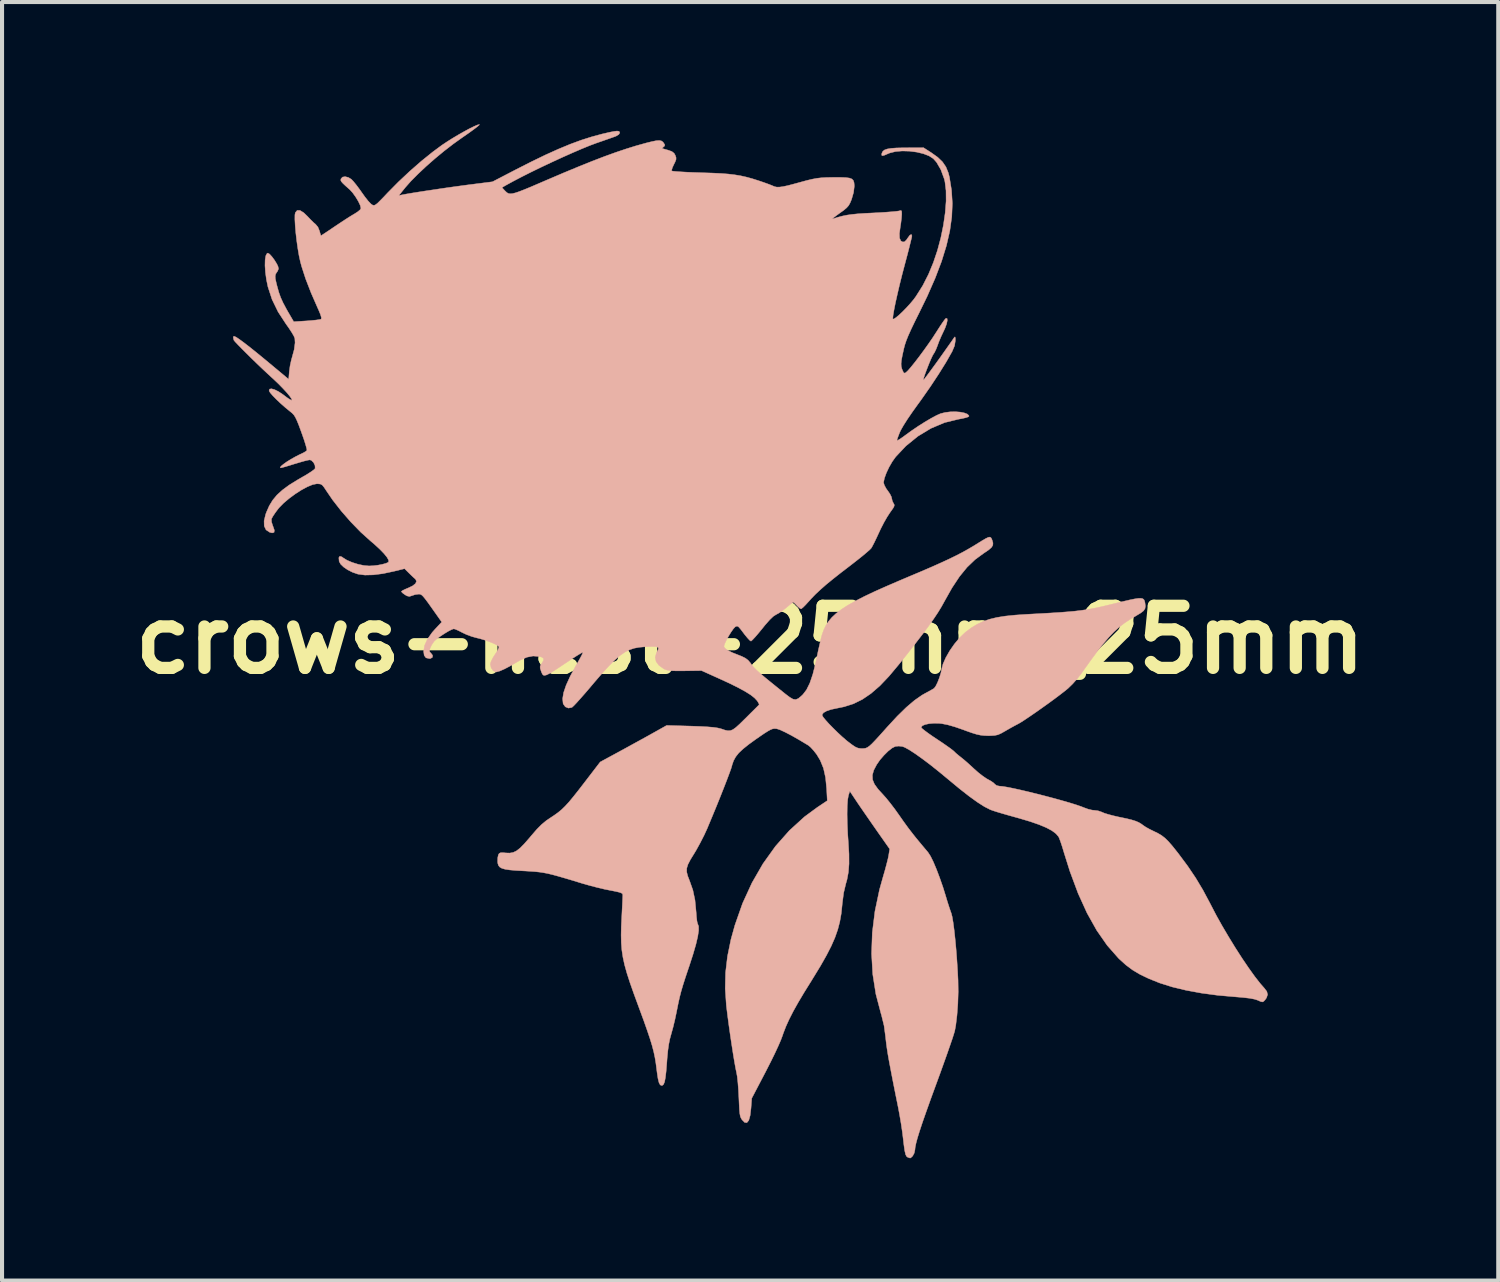
<source format=kicad_pcb>
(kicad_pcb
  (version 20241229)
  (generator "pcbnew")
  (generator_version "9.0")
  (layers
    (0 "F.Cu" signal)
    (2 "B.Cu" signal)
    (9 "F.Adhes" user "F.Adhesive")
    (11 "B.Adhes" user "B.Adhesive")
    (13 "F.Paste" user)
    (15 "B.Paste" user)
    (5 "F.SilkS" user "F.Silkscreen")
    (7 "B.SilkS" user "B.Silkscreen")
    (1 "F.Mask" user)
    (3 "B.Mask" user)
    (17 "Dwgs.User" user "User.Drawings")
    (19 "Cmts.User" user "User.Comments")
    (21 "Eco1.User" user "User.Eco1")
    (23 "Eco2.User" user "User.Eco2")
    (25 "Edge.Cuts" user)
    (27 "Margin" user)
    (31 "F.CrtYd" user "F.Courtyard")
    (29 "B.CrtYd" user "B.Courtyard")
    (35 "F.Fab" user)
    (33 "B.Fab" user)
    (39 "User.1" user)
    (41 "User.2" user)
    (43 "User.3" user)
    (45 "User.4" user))
  (footprint "crows-nest-25mm_25mm"
    (layer "F.Cu")
    (at 15.356 12.648)
    (property "Reference" "crows-nest-25mm_25mm" (at 0 0 0) (layer "F.SilkS") (effects (font (size 1.524 1.524) (thickness 0.3))))
    (attr through_hole)
    (fp_poly (pts (xy -6.641 -12.642) (xy -6.654 -12.625) (xy -6.705 -12.582) (xy -6.788 -12.519) (xy -6.898 -12.439) (xy -7.028 -12.349) (xy -7.071 -12.319) (xy -7.285 -12.166) (xy -7.509 -11.993) (xy -7.734 -11.807) (xy -7.95 -11.617) (xy -8.149 -11.43) (xy -8.323 -11.255) (xy -8.461 -11.099) (xy -8.473 -11.084) (xy -8.62 -10.901) (xy -8.533 -10.919) (xy -8.444 -10.936) (xy -8.315 -10.958) (xy -8.152 -10.984) (xy -7.966 -11.013) (xy -7.762 -11.043) (xy -7.551 -11.075) (xy -7.341 -11.105) (xy -7.139 -11.133) (xy -6.953 -11.158) (xy -6.876 -11.168) (xy -6.323 -11.238) (xy -5.747 -11.537) (xy -5.365 -11.731) (xy -5.02 -11.898) (xy -4.707 -12.039) (xy -4.418 -12.159) (xy -4.147 -12.259) (xy -3.888 -12.341) (xy -3.634 -12.41) (xy -3.599 -12.418) (xy -3.449 -12.453) (xy -3.341 -12.474) (xy -3.268 -12.483) (xy -3.225 -12.478) (xy -3.205 -12.462) (xy -3.2 -12.437) (xy -3.224 -12.398) (xy -3.291 -12.358) (xy -3.33 -12.343) (xy -3.406 -12.316) (xy -3.514 -12.278) (xy -3.642 -12.233) (xy -3.77 -12.189) (xy -3.934 -12.128) (xy -4.134 -12.046) (xy -4.362 -11.948) (xy -4.609 -11.838) (xy -4.867 -11.719) (xy -5.126 -11.597) (xy -5.377 -11.475) (xy -5.611 -11.357) (xy -5.819 -11.248) (xy -5.978 -11.161) (xy -6.09 -11.097) (xy -6.031 -11.033) (xy -5.996 -10.997) (xy -5.964 -10.969) (xy -5.93 -10.951) (xy -5.888 -10.944) (xy -5.833 -10.948) (xy -5.76 -10.966) (xy -5.665 -10.998) (xy -5.542 -11.046) (xy -5.386 -11.11) (xy -5.193 -11.193) (xy -4.986 -11.282) (xy -4.576 -11.457) (xy -4.207 -11.61) (xy -3.874 -11.744) (xy -3.572 -11.86) (xy -3.295 -11.96) (xy -3.039 -12.046) (xy -2.798 -12.121) (xy -2.568 -12.185) (xy -2.558 -12.188) (xy -2.412 -12.224) (xy -2.305 -12.246) (xy -2.23 -12.251) (xy -2.178 -12.241) (xy -2.142 -12.216) (xy -2.123 -12.192) (xy -2.094 -12.144) (xy -2.101 -12.115) (xy -2.125 -12.095) (xy -2.156 -12.065) (xy -2.158 -12.055) (xy -2.129 -12.047) (xy -2.066 -12.029) (xy -2.01 -12.013) (xy -1.921 -11.981) (xy -1.866 -11.938) (xy -1.837 -11.888) (xy -1.818 -11.831) (xy -1.819 -11.783) (xy -1.844 -11.719) (xy -1.871 -11.665) (xy -1.909 -11.583) (xy -1.926 -11.523) (xy -1.924 -11.505) (xy -1.895 -11.498) (xy -1.824 -11.491) (xy -1.715 -11.483) (xy -1.576 -11.475) (xy -1.412 -11.468) (xy -1.231 -11.462) (xy -1.182 -11.46) (xy -0.93 -11.452) (xy -0.717 -11.442) (xy -0.536 -11.428) (xy -0.378 -11.409) (xy -0.233 -11.385) (xy -0.091 -11.353) (xy 0.055 -11.313) (xy 0.215 -11.262) (xy 0.248 -11.251) (xy 0.358 -11.213) (xy 0.457 -11.177) (xy 0.531 -11.148) (xy 0.554 -11.138) (xy 0.602 -11.118) (xy 0.656 -11.107) (xy 0.722 -11.108) (xy 0.808 -11.12) (xy 0.922 -11.144) (xy 1.07 -11.183) (xy 1.217 -11.223) (xy 1.385 -11.269) (xy 1.519 -11.301) (xy 1.635 -11.323) (xy 1.747 -11.336) (xy 1.87 -11.343) (xy 2.019 -11.346) (xy 2.046 -11.346) (xy 2.218 -11.346) (xy 2.346 -11.341) (xy 2.436 -11.329) (xy 2.497 -11.306) (xy 2.532 -11.269) (xy 2.549 -11.217) (xy 2.555 -11.147) (xy 2.555 -11.123) (xy 2.537 -10.975) (xy 2.489 -10.809) (xy 2.487 -10.803) (xy 2.452 -10.719) (xy 2.416 -10.655) (xy 2.368 -10.6) (xy 2.297 -10.54) (xy 2.195 -10.467) (xy 2.108 -10.404) (xy 2.047 -10.356) (xy 2.018 -10.329) (xy 2.022 -10.326) (xy 2.142 -10.365) (xy 2.255 -10.395) (xy 2.369 -10.419) (xy 2.494 -10.437) (xy 2.641 -10.452) (xy 2.819 -10.464) (xy 3.009 -10.473) (xy 3.179 -10.482) (xy 3.336 -10.492) (xy 3.47 -10.502) (xy 3.576 -10.512) (xy 3.644 -10.521) (xy 3.665 -10.526) (xy 3.703 -10.535) (xy 3.718 -10.508) (xy 3.72 -10.439) (xy 3.713 -10.345) (xy 3.698 -10.22) (xy 3.684 -10.131) (xy 3.662 -9.968) (xy 3.666 -9.856) (xy 3.696 -9.789) (xy 3.735 -9.764) (xy 3.785 -9.764) (xy 3.832 -9.808) (xy 3.859 -9.847) (xy 3.915 -9.924) (xy 3.953 -9.947) (xy 3.968 -9.916) (xy 3.969 -9.907) (xy 3.961 -9.864) (xy 3.938 -9.77) (xy 3.904 -9.632) (xy 3.861 -9.463) (xy 3.81 -9.271) (xy 3.794 -9.211) (xy 3.726 -8.952) (xy 3.664 -8.703) (xy 3.61 -8.471) (xy 3.564 -8.266) (xy 3.53 -8.094) (xy 3.508 -7.966) (xy 3.5 -7.888) (xy 3.502 -7.873) (xy 3.525 -7.871) (xy 3.577 -7.905) (xy 3.652 -7.967) (xy 3.74 -8.05) (xy 3.834 -8.146) (xy 3.927 -8.248) (xy 4.011 -8.348) (xy 4.068 -8.426) (xy 4.234 -8.689) (xy 4.376 -8.968) (xy 4.495 -9.256) (xy 4.595 -9.552) (xy 4.678 -9.862) (xy 4.742 -10.175) (xy 4.786 -10.479) (xy 4.808 -10.764) (xy 4.806 -11.02) (xy 4.78 -11.234) (xy 4.764 -11.304) (xy 4.679 -11.535) (xy 4.573 -11.717) (xy 4.494 -11.806) (xy 4.39 -11.873) (xy 4.25 -11.927) (xy 4.086 -11.966) (xy 3.909 -11.989) (xy 3.732 -11.994) (xy 3.567 -11.98) (xy 3.427 -11.945) (xy 3.387 -11.929) (xy 3.297 -11.89) (xy 3.246 -11.877) (xy 3.226 -11.891) (xy 3.231 -11.932) (xy 3.233 -11.941) (xy 3.255 -11.985) (xy 3.296 -12.018) (xy 3.361 -12.042) (xy 3.457 -12.058) (xy 3.589 -12.068) (xy 3.763 -12.072) (xy 3.82 -12.072) (xy 4.254 -12.074) (xy 4.44 -11.955) (xy 4.6 -11.841) (xy 4.719 -11.727) (xy 4.804 -11.602) (xy 4.863 -11.456) (xy 4.89 -11.349) (xy 4.941 -11.032) (xy 4.961 -10.709) (xy 4.947 -10.378) (xy 4.899 -10.034) (xy 4.816 -9.672) (xy 4.697 -9.287) (xy 4.541 -8.876) (xy 4.347 -8.434) (xy 4.152 -8.033) (xy 4.037 -7.802) (xy 3.948 -7.616) (xy 3.88 -7.465) (xy 3.831 -7.343) (xy 3.796 -7.239) (xy 3.773 -7.153) (xy 3.735 -6.983) (xy 3.712 -6.861) (xy 3.704 -6.774) (xy 3.707 -6.708) (xy 3.723 -6.649) (xy 3.732 -6.626) (xy 3.763 -6.558) (xy 3.792 -6.542) (xy 3.821 -6.557) (xy 3.871 -6.604) (xy 3.947 -6.692) (xy 4.042 -6.81) (xy 4.149 -6.949) (xy 4.261 -7.101) (xy 4.372 -7.256) (xy 4.475 -7.405) (xy 4.561 -7.538) (xy 4.566 -7.545) (xy 4.645 -7.669) (xy 4.715 -7.774) (xy 4.769 -7.85) (xy 4.801 -7.886) (xy 4.802 -7.887) (xy 4.832 -7.883) (xy 4.837 -7.834) (xy 4.82 -7.752) (xy 4.782 -7.648) (xy 4.747 -7.572) (xy 4.687 -7.445) (xy 4.629 -7.308) (xy 4.601 -7.23) (xy 4.561 -7.128) (xy 4.522 -7.047) (xy 4.502 -7.018) (xy 4.476 -6.973) (xy 4.437 -6.89) (xy 4.391 -6.781) (xy 4.344 -6.662) (xy 4.3 -6.546) (xy 4.267 -6.45) (xy 4.249 -6.387) (xy 4.249 -6.371) (xy 4.267 -6.39) (xy 4.314 -6.45) (xy 4.383 -6.542) (xy 4.469 -6.659) (xy 4.566 -6.792) (xy 4.668 -6.934) (xy 4.77 -7.078) (xy 4.866 -7.214) (xy 4.951 -7.335) (xy 5.003 -7.411) (xy 5.024 -7.434) (xy 5.034 -7.408) (xy 5.035 -7.341) (xy 5.015 -7.213) (xy 4.955 -7.072) (xy 4.808 -6.813) (xy 4.628 -6.524) (xy 4.424 -6.215) (xy 4.201 -5.896) (xy 4.118 -5.782) (xy 3.981 -5.591) (xy 3.861 -5.416) (xy 3.765 -5.265) (xy 3.697 -5.146) (xy 3.673 -5.096) (xy 3.634 -4.997) (xy 3.608 -4.923) (xy 3.603 -4.889) (xy 3.628 -4.897) (xy 3.686 -4.932) (xy 3.765 -4.987) (xy 3.798 -5.012) (xy 3.955 -5.126) (xy 4.121 -5.239) (xy 4.287 -5.344) (xy 4.44 -5.434) (xy 4.572 -5.505) (xy 4.671 -5.549) (xy 4.675 -5.55) (xy 4.786 -5.578) (xy 4.909 -5.593) (xy 5.035 -5.596) (xy 5.153 -5.587) (xy 5.254 -5.567) (xy 5.329 -5.538) (xy 5.367 -5.501) (xy 5.37 -5.485) (xy 5.347 -5.468) (xy 5.285 -5.448) (xy 5.194 -5.427) (xy 5.11 -5.412) (xy 4.77 -5.329) (xy 4.436 -5.188) (xy 4.117 -4.995) (xy 3.821 -4.755) (xy 3.57 -4.488) (xy 3.487 -4.372) (xy 3.408 -4.235) (xy 3.342 -4.095) (xy 3.295 -3.966) (xy 3.274 -3.866) (xy 3.274 -3.857) (xy 3.292 -3.794) (xy 3.337 -3.711) (xy 3.373 -3.661) (xy 3.429 -3.58) (xy 3.465 -3.508) (xy 3.473 -3.475) (xy 3.489 -3.404) (xy 3.514 -3.354) (xy 3.534 -3.319) (xy 3.535 -3.285) (xy 3.513 -3.238) (xy 3.462 -3.165) (xy 3.43 -3.12) (xy 3.362 -3.016) (xy 3.282 -2.876) (xy 3.203 -2.722) (xy 3.163 -2.636) (xy 3.1 -2.5) (xy 3.041 -2.378) (xy 2.993 -2.286) (xy 2.97 -2.247) (xy 2.932 -2.208) (xy 2.859 -2.144) (xy 2.758 -2.059) (xy 2.634 -1.96) (xy 2.497 -1.853) (xy 2.457 -1.822) (xy 2.222 -1.642) (xy 2.026 -1.487) (xy 1.861 -1.352) (xy 1.724 -1.231) (xy 1.606 -1.121) (xy 1.503 -1.015) (xy 1.439 -0.943) (xy 1.362 -0.859) (xy 1.298 -0.795) (xy 1.256 -0.761) (xy 1.248 -0.758) (xy 1.212 -0.778) (xy 1.158 -0.826) (xy 1.146 -0.84) (xy 1.095 -0.893) (xy 1.062 -0.921) (xy 1.058 -0.922) (xy 1.031 -0.906) (xy 0.975 -0.862) (xy 0.9 -0.8) (xy 0.89 -0.79) (xy 0.797 -0.718) (xy 0.706 -0.656) (xy 0.637 -0.619) (xy 0.569 -0.576) (xy 0.479 -0.49) (xy 0.363 -0.358) (xy 0.295 -0.273) (xy 0.203 -0.161) (xy 0.122 -0.067) (xy 0.059 0.000256) (xy 0.023 0.032) (xy 0.019 0.033) (xy -0.013 0.011) (xy -0.068 -0.048) (xy -0.137 -0.132) (xy -0.16 -0.163) (xy -0.232 -0.258) (xy -0.28 -0.313) (xy -0.313 -0.335) (xy -0.343 -0.331) (xy -0.371 -0.314) (xy -0.413 -0.268) (xy -0.469 -0.188) (xy -0.53 -0.089) (xy -0.586 0.013) (xy -0.627 0.101) (xy -0.645 0.158) (xy -0.645 0.161) (xy -0.621 0.205) (xy -0.552 0.257) (xy -0.442 0.313) (xy -0.328 0.358) (xy -0.205 0.407) (xy -0.117 0.451) (xy -0.051 0.501) (xy 0.005 0.566) (xy 0.037 0.612) (xy 0.067 0.651) (xy 0.109 0.697) (xy 0.167 0.754) (xy 0.246 0.824) (xy 0.35 0.913) (xy 0.484 1.023) (xy 0.652 1.159) (xy 0.858 1.324) (xy 0.861 1.327) (xy 0.971 1.41) (xy 1.052 1.457) (xy 1.118 1.467) (xy 1.182 1.441) (xy 1.255 1.38) (xy 1.294 1.343) (xy 1.383 1.227) (xy 1.464 1.063) (xy 1.538 0.845) (xy 1.607 0.57) (xy 1.637 0.428) (xy 1.672 0.259) (xy 1.71 0.094) (xy 1.743 -0.045) (xy 1.764 -0.123) (xy 1.805 -0.239) (xy 1.857 -0.348) (xy 1.922 -0.45) (xy 2.005 -0.549) (xy 2.109 -0.646) (xy 2.236 -0.743) (xy 2.39 -0.843) (xy 2.574 -0.947) (xy 2.791 -1.059) (xy 3.045 -1.18) (xy 3.339 -1.311) (xy 3.675 -1.456) (xy 3.892 -1.548) (xy 4.196 -1.676) (xy 4.458 -1.789) (xy 4.684 -1.89) (xy 4.881 -1.981) (xy 5.055 -2.066) (xy 5.211 -2.147) (xy 5.356 -2.228) (xy 5.497 -2.311) (xy 5.556 -2.348) (xy 5.686 -2.429) (xy 5.778 -2.483) (xy 5.841 -2.513) (xy 5.881 -2.52) (xy 5.907 -2.507) (xy 5.926 -2.475) (xy 5.938 -2.444) (xy 5.958 -2.376) (xy 5.954 -2.32) (xy 5.921 -2.266) (xy 5.854 -2.207) (xy 5.747 -2.134) (xy 5.73 -2.123) (xy 5.519 -1.968) (xy 5.323 -1.78) (xy 5.136 -1.551) (xy 4.952 -1.273) (xy 4.764 -0.939) (xy 4.755 -0.922) (xy 4.688 -0.802) (xy 4.606 -0.668) (xy 4.506 -0.518) (xy 4.385 -0.347) (xy 4.239 -0.149) (xy 4.064 0.078) (xy 3.859 0.341) (xy 3.648 0.606) (xy 3.406 0.895) (xy 3.181 1.131) (xy 2.965 1.318) (xy 2.752 1.463) (xy 2.535 1.57) (xy 2.306 1.643) (xy 2.136 1.678) (xy 1.989 1.709) (xy 1.875 1.747) (xy 1.8 1.79) (xy 1.767 1.835) (xy 1.767 1.855) (xy 1.793 1.9) (xy 1.853 1.973) (xy 1.937 2.066) (xy 2.039 2.17) (xy 2.149 2.278) (xy 2.261 2.382) (xy 2.365 2.472) (xy 2.395 2.496) (xy 2.502 2.577) (xy 2.58 2.629) (xy 2.644 2.657) (xy 2.706 2.667) (xy 2.742 2.668) (xy 2.79 2.667) (xy 2.833 2.66) (xy 2.876 2.642) (xy 2.925 2.608) (xy 2.986 2.553) (xy 3.064 2.472) (xy 3.167 2.36) (xy 3.299 2.213) (xy 3.361 2.143) (xy 3.609 1.875) (xy 3.831 1.658) (xy 4.032 1.487) (xy 4.214 1.36) (xy 4.28 1.322) (xy 4.375 1.271) (xy 4.455 1.226) (xy 4.506 1.196) (xy 4.514 1.19) (xy 4.553 1.139) (xy 4.599 1.046) (xy 4.644 0.93) (xy 4.68 0.814) (xy 4.697 0.728) (xy 4.732 0.593) (xy 4.801 0.437) (xy 4.897 0.269) (xy 5.012 0.104) (xy 5.139 -0.048) (xy 5.27 -0.174) (xy 5.292 -0.193) (xy 5.431 -0.296) (xy 5.569 -0.38) (xy 5.714 -0.449) (xy 5.873 -0.504) (xy 6.053 -0.548) (xy 6.26 -0.581) (xy 6.503 -0.606) (xy 6.787 -0.625) (xy 6.821 -0.627) (xy 7.123 -0.643) (xy 7.382 -0.658) (xy 7.604 -0.672) (xy 7.795 -0.687) (xy 7.963 -0.702) (xy 8.113 -0.72) (xy 8.253 -0.74) (xy 8.387 -0.763) (xy 8.524 -0.79) (xy 8.669 -0.823) (xy 8.828 -0.861) (xy 8.929 -0.886) (xy 9.136 -0.937) (xy 9.301 -0.976) (xy 9.428 -1.002) (xy 9.522 -1.016) (xy 9.588 -1.018) (xy 9.633 -1.008) (xy 9.661 -0.986) (xy 9.678 -0.952) (xy 9.688 -0.908) (xy 9.698 -0.827) (xy 9.688 -0.765) (xy 9.652 -0.711) (xy 9.582 -0.657) (xy 9.472 -0.591) (xy 9.471 -0.59) (xy 9.319 -0.5) (xy 9.181 -0.408) (xy 9.053 -0.309) (xy 8.928 -0.196) (xy 8.801 -0.063) (xy 8.665 0.096) (xy 8.516 0.286) (xy 8.347 0.515) (xy 8.153 0.787) (xy 8.124 0.829) (xy 8.027 0.953) (xy 7.913 1.082) (xy 7.805 1.187) (xy 7.799 1.193) (xy 7.714 1.262) (xy 7.599 1.351) (xy 7.462 1.454) (xy 7.31 1.565) (xy 7.153 1.677) (xy 6.998 1.786) (xy 6.854 1.885) (xy 6.729 1.969) (xy 6.632 2.031) (xy 6.573 2.064) (xy 6.497 2.104) (xy 6.395 2.16) (xy 6.286 2.222) (xy 6.263 2.236) (xy 6.16 2.294) (xy 6.079 2.33) (xy 5.999 2.347) (xy 5.9 2.353) (xy 5.842 2.354) (xy 5.744 2.35) (xy 5.653 2.34) (xy 5.556 2.319) (xy 5.442 2.284) (xy 5.297 2.233) (xy 5.234 2.209) (xy 5.023 2.136) (xy 4.848 2.086) (xy 4.7 2.057) (xy 4.632 2.05) (xy 4.506 2.048) (xy 4.391 2.058) (xy 4.295 2.079) (xy 4.228 2.107) (xy 4.198 2.142) (xy 4.198 2.154) (xy 4.222 2.18) (xy 4.283 2.229) (xy 4.373 2.296) (xy 4.486 2.375) (xy 4.581 2.438) (xy 4.709 2.523) (xy 4.824 2.603) (xy 4.917 2.669) (xy 4.98 2.718) (xy 5.002 2.737) (xy 5.049 2.783) (xy 5.121 2.843) (xy 5.17 2.882) (xy 5.247 2.944) (xy 5.346 3.03) (xy 5.451 3.126) (xy 5.493 3.165) (xy 5.598 3.258) (xy 5.707 3.343) (xy 5.802 3.408) (xy 5.833 3.425) (xy 5.914 3.47) (xy 5.977 3.515) (xy 6.004 3.543) (xy 6.047 3.575) (xy 6.114 3.591) (xy 6.124 3.591) (xy 6.199 3.598) (xy 6.315 3.617) (xy 6.464 3.647) (xy 6.64 3.686) (xy 6.835 3.732) (xy 7.042 3.783) (xy 7.253 3.837) (xy 7.461 3.892) (xy 7.658 3.947) (xy 7.838 3.999) (xy 7.993 4.047) (xy 8.116 4.089) (xy 8.192 4.119) (xy 8.291 4.155) (xy 8.391 4.179) (xy 8.443 4.184) (xy 8.537 4.196) (xy 8.628 4.227) (xy 8.642 4.234) (xy 8.701 4.258) (xy 8.797 4.287) (xy 8.916 4.318) (xy 9.046 4.348) (xy 9.061 4.351) (xy 9.23 4.386) (xy 9.36 4.418) (xy 9.459 4.449) (xy 9.536 4.482) (xy 9.601 4.521) (xy 9.641 4.551) (xy 9.704 4.594) (xy 9.795 4.645) (xy 9.895 4.694) (xy 9.897 4.695) (xy 10.004 4.747) (xy 10.095 4.801) (xy 10.179 4.866) (xy 10.265 4.951) (xy 10.364 5.065) (xy 10.485 5.217) (xy 10.513 5.253) (xy 10.737 5.554) (xy 10.931 5.842) (xy 11.109 6.139) (xy 11.284 6.467) (xy 11.304 6.506) (xy 11.434 6.756) (xy 11.582 7.021) (xy 11.742 7.292) (xy 11.907 7.561) (xy 12.073 7.819) (xy 12.234 8.056) (xy 12.383 8.264) (xy 12.516 8.434) (xy 12.611 8.542) (xy 12.677 8.628) (xy 12.696 8.706) (xy 12.669 8.786) (xy 12.64 8.827) (xy 12.602 8.87) (xy 12.569 8.886) (xy 12.523 8.875) (xy 12.46 8.846) (xy 12.379 8.819) (xy 12.259 8.796) (xy 12.096 8.777) (xy 11.894 8.76) (xy 11.473 8.723) (xy 11.072 8.669) (xy 10.697 8.6) (xy 10.356 8.518) (xy 10.055 8.423) (xy 10.033 8.415) (xy 9.782 8.314) (xy 9.569 8.212) (xy 9.385 8.103) (xy 9.219 7.979) (xy 9.059 7.834) (xy 9.039 7.815) (xy 8.761 7.499) (xy 8.504 7.13) (xy 8.266 6.705) (xy 8.047 6.223) (xy 7.846 5.683) (xy 7.701 5.222) (xy 7.658 5.079) (xy 7.617 4.955) (xy 7.583 4.865) (xy 7.567 4.831) (xy 7.502 4.756) (xy 7.403 4.682) (xy 7.266 4.609) (xy 7.089 4.535) (xy 6.87 4.459) (xy 6.604 4.38) (xy 6.493 4.349) (xy 6.335 4.305) (xy 6.186 4.262) (xy 6.055 4.223) (xy 5.953 4.19) (xy 5.888 4.166) (xy 5.886 4.165) (xy 5.746 4.093) (xy 5.575 3.984) (xy 5.37 3.836) (xy 5.13 3.648) (xy 4.855 3.42) (xy 4.63 3.234) (xy 4.418 3.065) (xy 4.224 2.919) (xy 4.053 2.797) (xy 3.91 2.704) (xy 3.799 2.642) (xy 3.737 2.618) (xy 3.648 2.608) (xy 3.562 2.616) (xy 3.561 2.617) (xy 3.484 2.655) (xy 3.387 2.731) (xy 3.284 2.833) (xy 3.185 2.947) (xy 3.105 3.062) (xy 3.033 3.199) (xy 2.999 3.319) (xy 3.004 3.431) (xy 3.05 3.543) (xy 3.139 3.666) (xy 3.24 3.776) (xy 3.329 3.875) (xy 3.437 4.008) (xy 3.55 4.156) (xy 3.649 4.295) (xy 3.756 4.448) (xy 3.874 4.611) (xy 3.99 4.762) (xy 4.077 4.871) (xy 4.17 4.983) (xy 4.26 5.091) (xy 4.334 5.179) (xy 4.368 5.22) (xy 4.426 5.31) (xy 4.496 5.452) (xy 4.573 5.635) (xy 4.653 5.847) (xy 4.733 6.077) (xy 4.796 6.281) (xy 4.84 6.428) (xy 4.885 6.567) (xy 4.922 6.676) (xy 4.935 6.71) (xy 4.957 6.796) (xy 4.981 6.937) (xy 5.006 7.125) (xy 5.03 7.348) (xy 5.053 7.596) (xy 5.073 7.861) (xy 5.09 8.131) (xy 5.101 8.351) (xy 5.105 8.637) (xy 5.096 8.93) (xy 5.075 9.211) (xy 5.045 9.461) (xy 5.02 9.596) (xy 5 9.664) (xy 4.962 9.784) (xy 4.906 9.947) (xy 4.837 10.146) (xy 4.756 10.373) (xy 4.667 10.621) (xy 4.572 10.881) (xy 4.563 10.905) (xy 4.43 11.269) (xy 4.319 11.58) (xy 4.228 11.84) (xy 4.157 12.054) (xy 4.104 12.226) (xy 4.069 12.358) (xy 4.049 12.456) (xy 4.043 12.517) (xy 4.026 12.595) (xy 3.986 12.669) (xy 3.938 12.713) (xy 3.922 12.716) (xy 3.866 12.697) (xy 3.837 12.675) (xy 3.814 12.629) (xy 3.792 12.534) (xy 3.771 12.384) (xy 3.758 12.272) (xy 3.736 12.09) (xy 3.704 11.874) (xy 3.666 11.653) (xy 3.634 11.481) (xy 3.561 11.121) (xy 3.501 10.818) (xy 3.452 10.564) (xy 3.412 10.353) (xy 3.381 10.178) (xy 3.358 10.032) (xy 3.341 9.908) (xy 3.328 9.798) (xy 3.323 9.747) (xy 3.286 9.47) (xy 3.223 9.213) (xy 3.209 9.167) (xy 3.085 8.695) (xy 3.008 8.206) (xy 2.979 7.702) (xy 2.997 7.186) (xy 3.062 6.66) (xy 3.174 6.128) (xy 3.26 5.821) (xy 3.307 5.659) (xy 3.349 5.502) (xy 3.382 5.371) (xy 3.398 5.292) (xy 3.424 5.133) (xy 3.119 4.699) (xy 3.004 4.534) (xy 2.884 4.361) (xy 2.77 4.196) (xy 2.673 4.055) (xy 2.629 3.99) (xy 2.445 3.714) (xy 2.411 3.822) (xy 2.393 3.924) (xy 2.382 4.079) (xy 2.379 4.279) (xy 2.383 4.51) (xy 2.394 4.764) (xy 2.408 4.964) (xy 2.425 5.256) (xy 2.426 5.499) (xy 2.41 5.704) (xy 2.376 5.885) (xy 2.347 5.987) (xy 2.294 6.209) (xy 2.259 6.48) (xy 2.257 6.507) (xy 2.235 6.718) (xy 2.2 6.916) (xy 2.15 7.109) (xy 2.081 7.306) (xy 1.99 7.514) (xy 1.873 7.742) (xy 1.728 7.998) (xy 1.551 8.288) (xy 1.502 8.368) (xy 1.322 8.657) (xy 1.174 8.906) (xy 1.053 9.123) (xy 0.956 9.314) (xy 0.878 9.486) (xy 0.816 9.646) (xy 0.793 9.714) (xy 0.754 9.818) (xy 0.691 9.964) (xy 0.608 10.143) (xy 0.51 10.343) (xy 0.402 10.555) (xy 0.378 10.602) (xy 0.039 11.25) (xy 0.021 11.492) (xy -0.00039 11.673) (xy -0.034 11.792) (xy -0.08 11.848) (xy -0.136 11.842) (xy -0.2 11.776) (xy -0.224 11.737) (xy -0.242 11.691) (xy -0.254 11.627) (xy -0.263 11.533) (xy -0.27 11.394) (xy -0.277 11.24) (xy -0.287 11.043) (xy -0.301 10.863) (xy -0.317 10.716) (xy -0.333 10.626) (xy -0.356 10.517) (xy -0.385 10.356) (xy -0.418 10.156) (xy -0.453 9.93) (xy -0.489 9.691) (xy -0.523 9.451) (xy -0.553 9.225) (xy -0.578 9.024) (xy -0.585 8.961) (xy -0.612 8.559) (xy -0.603 8.164) (xy -0.556 7.765) (xy -0.471 7.35) (xy -0.374 7.001) (xy -0.186 6.466) (xy 0.045 5.963) (xy 0.315 5.494) (xy 0.622 5.065) (xy 0.963 4.68) (xy 1.334 4.342) (xy 1.645 4.113) (xy 1.892 3.948) (xy 1.877 3.657) (xy 1.85 3.381) (xy 1.799 3.151) (xy 1.719 2.956) (xy 1.632 2.812) (xy 1.558 2.718) (xy 1.485 2.638) (xy 1.431 2.592) (xy 1.211 2.46) (xy 1.02 2.351) (xy 0.861 2.268) (xy 0.738 2.211) (xy 0.654 2.183) (xy 0.644 2.182) (xy 0.599 2.179) (xy 0.556 2.184) (xy 0.505 2.203) (xy 0.439 2.239) (xy 0.35 2.295) (xy 0.23 2.377) (xy 0.139 2.44) (xy -0.039 2.569) (xy -0.176 2.679) (xy -0.28 2.777) (xy -0.354 2.871) (xy -0.406 2.965) (xy -0.442 3.067) (xy -0.448 3.093) (xy -0.47 3.165) (xy -0.514 3.286) (xy -0.575 3.448) (xy -0.651 3.644) (xy -0.739 3.866) (xy -0.836 4.106) (xy -0.939 4.355) (xy -1.044 4.606) (xy -1.046 4.613) (xy -1.127 4.79) (xy -1.225 4.982) (xy -1.324 5.162) (xy -1.377 5.25) (xy -1.468 5.398) (xy -1.527 5.513) (xy -1.556 5.607) (xy -1.557 5.696) (xy -1.533 5.793) (xy -1.488 5.909) (xy -1.406 6.14) (xy -1.354 6.385) (xy -1.327 6.666) (xy -1.326 6.674) (xy -1.317 6.801) (xy -1.305 6.902) (xy -1.292 6.96) (xy -1.289 6.965) (xy -1.265 7.03) (xy -1.264 7.134) (xy -1.286 7.281) (xy -1.331 7.473) (xy -1.401 7.715) (xy -1.496 8.009) (xy -1.512 8.055) (xy -1.588 8.282) (xy -1.647 8.466) (xy -1.693 8.623) (xy -1.731 8.77) (xy -1.765 8.923) (xy -1.8 9.099) (xy -1.81 9.148) (xy -1.846 9.319) (xy -1.891 9.506) (xy -1.936 9.669) (xy -1.971 9.796) (xy -1.997 9.925) (xy -2.018 10.072) (xy -2.036 10.257) (xy -2.045 10.38) (xy -2.062 10.591) (xy -2.08 10.745) (xy -2.1 10.849) (xy -2.125 10.909) (xy -2.155 10.935) (xy -2.17 10.937) (xy -2.207 10.922) (xy -2.236 10.868) (xy -2.261 10.769) (xy -2.284 10.616) (xy -2.294 10.536) (xy -2.313 10.39) (xy -2.336 10.25) (xy -2.366 10.109) (xy -2.406 9.956) (xy -2.459 9.783) (xy -2.527 9.581) (xy -2.612 9.34) (xy -2.718 9.052) (xy -2.737 9) (xy -2.854 8.682) (xy -2.949 8.412) (xy -3.024 8.18) (xy -3.081 7.976) (xy -3.121 7.791) (xy -3.148 7.614) (xy -3.162 7.435) (xy -3.166 7.245) (xy -3.162 7.034) (xy -3.152 6.83) (xy -3.143 6.649) (xy -3.135 6.488) (xy -3.129 6.361) (xy -3.126 6.28) (xy -3.125 6.259) (xy -3.133 6.234) (xy -3.16 6.213) (xy -3.215 6.194) (xy -3.305 6.173) (xy -3.429 6.149) (xy -3.569 6.121) (xy -3.738 6.081) (xy -3.916 6.035) (xy -4.084 5.988) (xy -4.118 5.978) (xy -4.355 5.905) (xy -4.551 5.847) (xy -4.714 5.8) (xy -4.85 5.763) (xy -4.966 5.735) (xy -5.071 5.715) (xy -5.171 5.7) (xy -5.273 5.689) (xy -5.386 5.681) (xy -5.515 5.673) (xy -5.556 5.671) (xy -5.751 5.66) (xy -5.901 5.647) (xy -6.013 5.63) (xy -6.092 5.607) (xy -6.145 5.576) (xy -6.176 5.536) (xy -6.192 5.484) (xy -6.196 5.445) (xy -6.194 5.35) (xy -6.178 5.276) (xy -6.158 5.242) (xy -6.125 5.225) (xy -6.066 5.223) (xy -5.993 5.23) (xy -5.899 5.233) (xy -5.815 5.218) (xy -5.733 5.179) (xy -5.644 5.11) (xy -5.541 5.005) (xy -5.414 4.86) (xy -5.37 4.807) (xy -5.235 4.651) (xy -5.118 4.533) (xy -5.005 4.439) (xy -4.911 4.375) (xy -4.804 4.304) (xy -4.711 4.237) (xy -4.625 4.166) (xy -4.54 4.083) (xy -4.447 3.982) (xy -4.341 3.854) (xy -4.213 3.693) (xy -4.078 3.518) (xy -3.679 2.998) (xy -3.247 2.764) (xy -3.073 2.669) (xy -2.88 2.563) (xy -2.685 2.456) (xy -2.509 2.359) (xy -2.432 2.316) (xy -2.048 2.101) (xy -1.452 2.118) (xy -1.226 2.126) (xy -1.044 2.136) (xy -0.901 2.148) (xy -0.793 2.164) (xy -0.715 2.183) (xy -0.707 2.186) (xy -0.618 2.216) (xy -0.547 2.231) (xy -0.485 2.228) (xy -0.422 2.203) (xy -0.35 2.151) (xy -0.258 2.068) (xy -0.139 1.951) (xy -0.109 1.922) (xy -0.001 1.814) (xy 0.094 1.72) (xy 0.166 1.648) (xy 0.211 1.603) (xy 0.221 1.593) (xy 0.213 1.564) (xy 0.18 1.508) (xy 0.172 1.496) (xy 0.109 1.428) (xy 0.013 1.352) (xy -0.121 1.268) (xy -0.295 1.173) (xy -0.511 1.066) (xy -0.715 0.972) (xy -1.193 0.756) (xy -1.607 0.762) (xy -1.77 0.763) (xy -1.891 0.761) (xy -1.98 0.754) (xy -2.046 0.742) (xy -2.097 0.724) (xy -2.12 0.712) (xy -2.238 0.627) (xy -2.308 0.533) (xy -2.328 0.43) (xy -2.299 0.32) (xy -2.28 0.284) (xy -2.255 0.235) (xy -2.251 0.2) (xy -2.274 0.178) (xy -2.329 0.167) (xy -2.422 0.166) (xy -2.557 0.171) (xy -2.586 0.172) (xy -2.722 0.184) (xy -2.846 0.207) (xy -2.962 0.246) (xy -3.077 0.305) (xy -3.196 0.388) (xy -3.324 0.499) (xy -3.468 0.643) (xy -3.632 0.823) (xy -3.823 1.044) (xy -3.929 1.17) (xy -4.049 1.31) (xy -4.159 1.435) (xy -4.253 1.54) (xy -4.325 1.616) (xy -4.369 1.656) (xy -4.375 1.66) (xy -4.459 1.676) (xy -4.535 1.645) (xy -4.586 1.574) (xy -4.59 1.561) (xy -4.601 1.444) (xy -4.577 1.296) (xy -4.515 1.114) (xy -4.416 0.897) (xy -4.279 0.641) (xy -4.242 0.577) (xy -4.18 0.467) (xy -4.132 0.378) (xy -4.106 0.32) (xy -4.102 0.306) (xy -4.127 0.316) (xy -4.188 0.351) (xy -4.28 0.408) (xy -4.394 0.482) (xy -4.525 0.569) (xy -4.531 0.572) (xy -4.699 0.685) (xy -4.828 0.769) (xy -4.925 0.828) (xy -4.995 0.862) (xy -5.044 0.874) (xy -5.076 0.867) (xy -5.099 0.841) (xy -5.118 0.799) (xy -5.126 0.778) (xy -5.152 0.699) (xy -5.153 0.651) (xy -5.129 0.604) (xy -5.114 0.583) (xy -5.071 0.508) (xy -5.069 0.458) (xy -5.113 0.426) (xy -5.174 0.41) (xy -5.326 0.398) (xy -5.479 0.428) (xy -5.647 0.503) (xy -5.718 0.544) (xy -5.882 0.64) (xy -6.025 0.715) (xy -6.141 0.766) (xy -6.223 0.789) (xy -6.238 0.791) (xy -6.304 0.761) (xy -6.355 0.689) (xy -6.375 0.597) (xy -6.358 0.535) (xy -6.313 0.445) (xy -6.259 0.36) (xy -6.198 0.265) (xy -6.167 0.196) (xy -6.166 0.165) (xy -6.209 0.132) (xy -6.29 0.092) (xy -6.396 0.048) (xy -6.515 0.006) (xy -6.637 -0.03) (xy -6.71 -0.047) (xy -6.832 -0.081) (xy -6.962 -0.129) (xy -7.069 -0.18) (xy -7.156 -0.225) (xy -7.229 -0.257) (xy -7.272 -0.269) (xy -7.272 -0.269) (xy -7.321 -0.253) (xy -7.4 -0.213) (xy -7.495 -0.156) (xy -7.593 -0.092) (xy -7.68 -0.029) (xy -7.743 0.025) (xy -7.759 0.043) (xy -7.814 0.124) (xy -7.851 0.2) (xy -7.871 0.264) (xy -7.859 0.302) (xy -7.836 0.323) (xy -7.792 0.38) (xy -7.795 0.429) (xy -7.84 0.458) (xy -7.871 0.461) (xy -7.953 0.443) (xy -7.998 0.384) (xy -8.012 0.282) (xy -7.987 0.138) (xy -7.917 -0.017) (xy -7.802 -0.18) (xy -7.733 -0.258) (xy -7.567 -0.435) (xy -7.709 -0.636) (xy -7.825 -0.8) (xy -7.912 -0.922) (xy -7.977 -1.008) (xy -8.024 -1.065) (xy -8.059 -1.098) (xy -8.087 -1.114) (xy -8.115 -1.12) (xy -8.137 -1.12) (xy -8.223 -1.108) (xy -8.297 -1.083) (xy -8.361 -1.063) (xy -8.421 -1.077) (xy -8.466 -1.103) (xy -8.523 -1.144) (xy -8.555 -1.177) (xy -8.558 -1.184) (xy -8.536 -1.204) (xy -8.478 -1.234) (xy -8.397 -1.269) (xy -8.393 -1.27) (xy -8.282 -1.323) (xy -8.213 -1.378) (xy -8.187 -1.433) (xy -8.208 -1.483) (xy -8.219 -1.494) (xy -8.265 -1.535) (xy -8.332 -1.599) (xy -8.372 -1.638) (xy -8.479 -1.745) (xy -8.748 -1.679) (xy -9.012 -1.623) (xy -9.248 -1.593) (xy -9.452 -1.588) (xy -9.617 -1.61) (xy -9.627 -1.612) (xy -9.755 -1.656) (xy -9.874 -1.716) (xy -9.976 -1.786) (xy -10.049 -1.857) (xy -10.085 -1.924) (xy -10.085 -1.926) (xy -10.092 -2.014) (xy -10.069 -2.05) (xy -10.017 -2.034) (xy -9.985 -2.01) (xy -9.891 -1.952) (xy -9.764 -1.898) (xy -9.621 -1.853) (xy -9.477 -1.823) (xy -9.352 -1.812) (xy -9.245 -1.817) (xy -9.131 -1.831) (xy -9.024 -1.852) (xy -8.936 -1.876) (xy -8.881 -1.901) (xy -8.872 -1.909) (xy -8.871 -1.953) (xy -8.909 -2.023) (xy -8.984 -2.116) (xy -9.091 -2.226) (xy -9.226 -2.35) (xy -9.318 -2.428) (xy -9.555 -2.641) (xy -9.797 -2.89) (xy -10.032 -3.159) (xy -10.245 -3.432) (xy -10.395 -3.652) (xy -10.456 -3.744) (xy -10.5 -3.797) (xy -10.544 -3.821) (xy -10.602 -3.827) (xy -10.639 -3.827) (xy -10.737 -3.807) (xy -10.865 -3.754) (xy -11.01 -3.676) (xy -11.163 -3.578) (xy -11.312 -3.468) (xy -11.448 -3.353) (xy -11.559 -3.24) (xy -11.584 -3.209) (xy -11.655 -3.114) (xy -11.711 -3.029) (xy -11.743 -2.97) (xy -11.746 -2.96) (xy -11.743 -2.889) (xy -11.712 -2.794) (xy -11.706 -2.78) (xy -11.674 -2.688) (xy -11.682 -2.635) (xy -11.729 -2.622) (xy -11.792 -2.639) (xy -11.878 -2.697) (xy -11.923 -2.791) (xy -11.926 -2.919) (xy -11.887 -3.081) (xy -11.868 -3.132) (xy -11.799 -3.288) (xy -11.715 -3.426) (xy -11.61 -3.553) (xy -11.477 -3.674) (xy -11.312 -3.796) (xy -11.107 -3.923) (xy -10.993 -3.989) (xy -10.879 -4.055) (xy -10.782 -4.117) (xy -10.711 -4.167) (xy -10.676 -4.201) (xy -10.674 -4.205) (xy -10.677 -4.275) (xy -10.711 -4.348) (xy -10.764 -4.401) (xy -10.804 -4.415) (xy -10.852 -4.407) (xy -10.936 -4.387) (xy -11.045 -4.356) (xy -11.168 -4.319) (xy -11.179 -4.316) (xy -11.298 -4.279) (xy -11.401 -4.248) (xy -11.477 -4.227) (xy -11.516 -4.218) (xy -11.518 -4.218) (xy -11.531 -4.231) (xy -11.506 -4.263) (xy -11.449 -4.31) (xy -11.369 -4.367) (xy -11.272 -4.427) (xy -11.167 -4.487) (xy -11.06 -4.542) (xy -11.02 -4.56) (xy -10.945 -4.597) (xy -10.892 -4.632) (xy -10.875 -4.649) (xy -10.88 -4.688) (xy -10.904 -4.775) (xy -10.942 -4.898) (xy -10.993 -5.044) (xy -11.01 -5.091) (xy -11.071 -5.258) (xy -11.119 -5.376) (xy -11.158 -5.458) (xy -11.194 -5.515) (xy -11.235 -5.559) (xy -11.275 -5.592) (xy -11.398 -5.692) (xy -11.517 -5.797) (xy -11.624 -5.898) (xy -11.713 -5.989) (xy -11.775 -6.061) (xy -11.803 -6.107) (xy -11.803 -6.11) (xy -11.792 -6.151) (xy -11.744 -6.159) (xy -11.669 -6.138) (xy -11.572 -6.09) (xy -11.461 -6.016) (xy -11.436 -5.997) (xy -11.353 -5.935) (xy -11.287 -5.893) (xy -11.248 -5.876) (xy -11.243 -5.877) (xy -11.251 -5.91) (xy -11.294 -5.974) (xy -11.365 -6.061) (xy -11.46 -6.164) (xy -11.571 -6.278) (xy -11.694 -6.395) (xy -11.733 -6.43) (xy -11.844 -6.533) (xy -11.97 -6.651) (xy -12.103 -6.778) (xy -12.236 -6.907) (xy -12.362 -7.032) (xy -12.476 -7.146) (xy -12.569 -7.241) (xy -12.636 -7.312) (xy -12.668 -7.352) (xy -12.683 -7.416) (xy -12.676 -7.444) (xy -12.656 -7.446) (xy -12.608 -7.423) (xy -12.532 -7.372) (xy -12.424 -7.293) (xy -12.283 -7.184) (xy -12.107 -7.043) (xy -11.895 -6.869) (xy -11.645 -6.661) (xy -11.472 -6.517) (xy -11.323 -6.392) (xy -11.308 -6.581) (xy -11.289 -6.722) (xy -11.258 -6.865) (xy -11.241 -6.925) (xy -11.188 -7.12) (xy -11.166 -7.287) (xy -11.172 -7.395) (xy -11.195 -7.451) (xy -11.246 -7.539) (xy -11.317 -7.648) (xy -11.387 -7.746) (xy -11.582 -8.045) (xy -11.73 -8.349) (xy -11.831 -8.657) (xy -11.869 -8.838) (xy -11.893 -9.017) (xy -11.904 -9.181) (xy -11.901 -9.321) (xy -11.884 -9.424) (xy -11.853 -9.481) (xy -11.834 -9.488) (xy -11.792 -9.464) (xy -11.734 -9.401) (xy -11.671 -9.316) (xy -11.614 -9.223) (xy -11.585 -9.162) (xy -11.572 -9.102) (xy -11.595 -9.046) (xy -11.608 -9.027) (xy -11.641 -8.977) (xy -11.654 -8.926) (xy -11.65 -8.856) (xy -11.626 -8.751) (xy -11.611 -8.691) (xy -11.567 -8.532) (xy -11.519 -8.397) (xy -11.459 -8.265) (xy -11.378 -8.114) (xy -11.339 -8.045) (xy -11.199 -7.805) (xy -10.877 -7.825) (xy -10.754 -7.835) (xy -10.648 -7.846) (xy -10.569 -7.857) (xy -10.528 -7.867) (xy -10.526 -7.868) (xy -10.52 -7.902) (xy -10.541 -7.977) (xy -10.591 -8.098) (xy -10.609 -8.137) (xy -10.773 -8.512) (xy -10.906 -8.855) (xy -11.005 -9.16) (xy -11.036 -9.275) (xy -11.069 -9.426) (xy -11.099 -9.603) (xy -11.126 -9.794) (xy -11.148 -9.985) (xy -11.163 -10.163) (xy -11.171 -10.315) (xy -11.17 -10.427) (xy -11.16 -10.48) (xy -11.114 -10.536) (xy -11.045 -10.535) (xy -10.954 -10.479) (xy -10.864 -10.392) (xy -10.785 -10.309) (xy -10.712 -10.237) (xy -10.662 -10.195) (xy -10.605 -10.126) (xy -10.567 -10.032) (xy -10.546 -9.957) (xy -10.532 -9.918) (xy -10.53 -9.916) (xy -10.507 -9.93) (xy -10.447 -9.969) (xy -10.358 -10.028) (xy -10.25 -10.101) (xy -10.191 -10.141) (xy -10.059 -10.229) (xy -9.928 -10.315) (xy -9.812 -10.389) (xy -9.722 -10.443) (xy -9.705 -10.453) (xy -9.626 -10.504) (xy -9.57 -10.552) (xy -9.55 -10.587) (xy -9.567 -10.659) (xy -9.614 -10.758) (xy -9.679 -10.866) (xy -9.754 -10.97) (xy -9.829 -11.052) (xy -9.837 -11.058) (xy -9.934 -11.144) (xy -9.996 -11.203) (xy -10.03 -11.242) (xy -10.044 -11.27) (xy -10.043 -11.295) (xy -10.039 -11.311) (xy -10.002 -11.353) (xy -9.937 -11.364) (xy -9.858 -11.344) (xy -9.786 -11.3) (xy -9.736 -11.248) (xy -9.664 -11.16) (xy -9.582 -11.05) (xy -9.53 -10.976) (xy -9.449 -10.863) (xy -9.372 -10.766) (xy -9.309 -10.699) (xy -9.28 -10.676) (xy -9.252 -10.662) (xy -9.224 -10.66) (xy -9.191 -10.675) (xy -9.144 -10.711) (xy -9.079 -10.775) (xy -8.986 -10.87) (xy -8.893 -10.969) (xy -8.632 -11.233) (xy -8.352 -11.496) (xy -8.066 -11.746) (xy -7.788 -11.97) (xy -7.565 -12.135) (xy -7.439 -12.219) (xy -7.301 -12.306) (xy -7.157 -12.392) (xy -7.017 -12.471) (xy -6.888 -12.541) (xy -6.778 -12.595) (xy -6.695 -12.631) (xy -6.647 -12.643) (xy -6.641 -12.642)) (stroke (width 0.01) (type solid)) (fill yes) (layer "B.SilkS")))
  (gr_rect
    (start -3 -3)
    (end 33.712 28.37)
    (stroke (width 0.1) (type default))
    (fill no)
    (layer "Edge.Cuts")))
</source>
